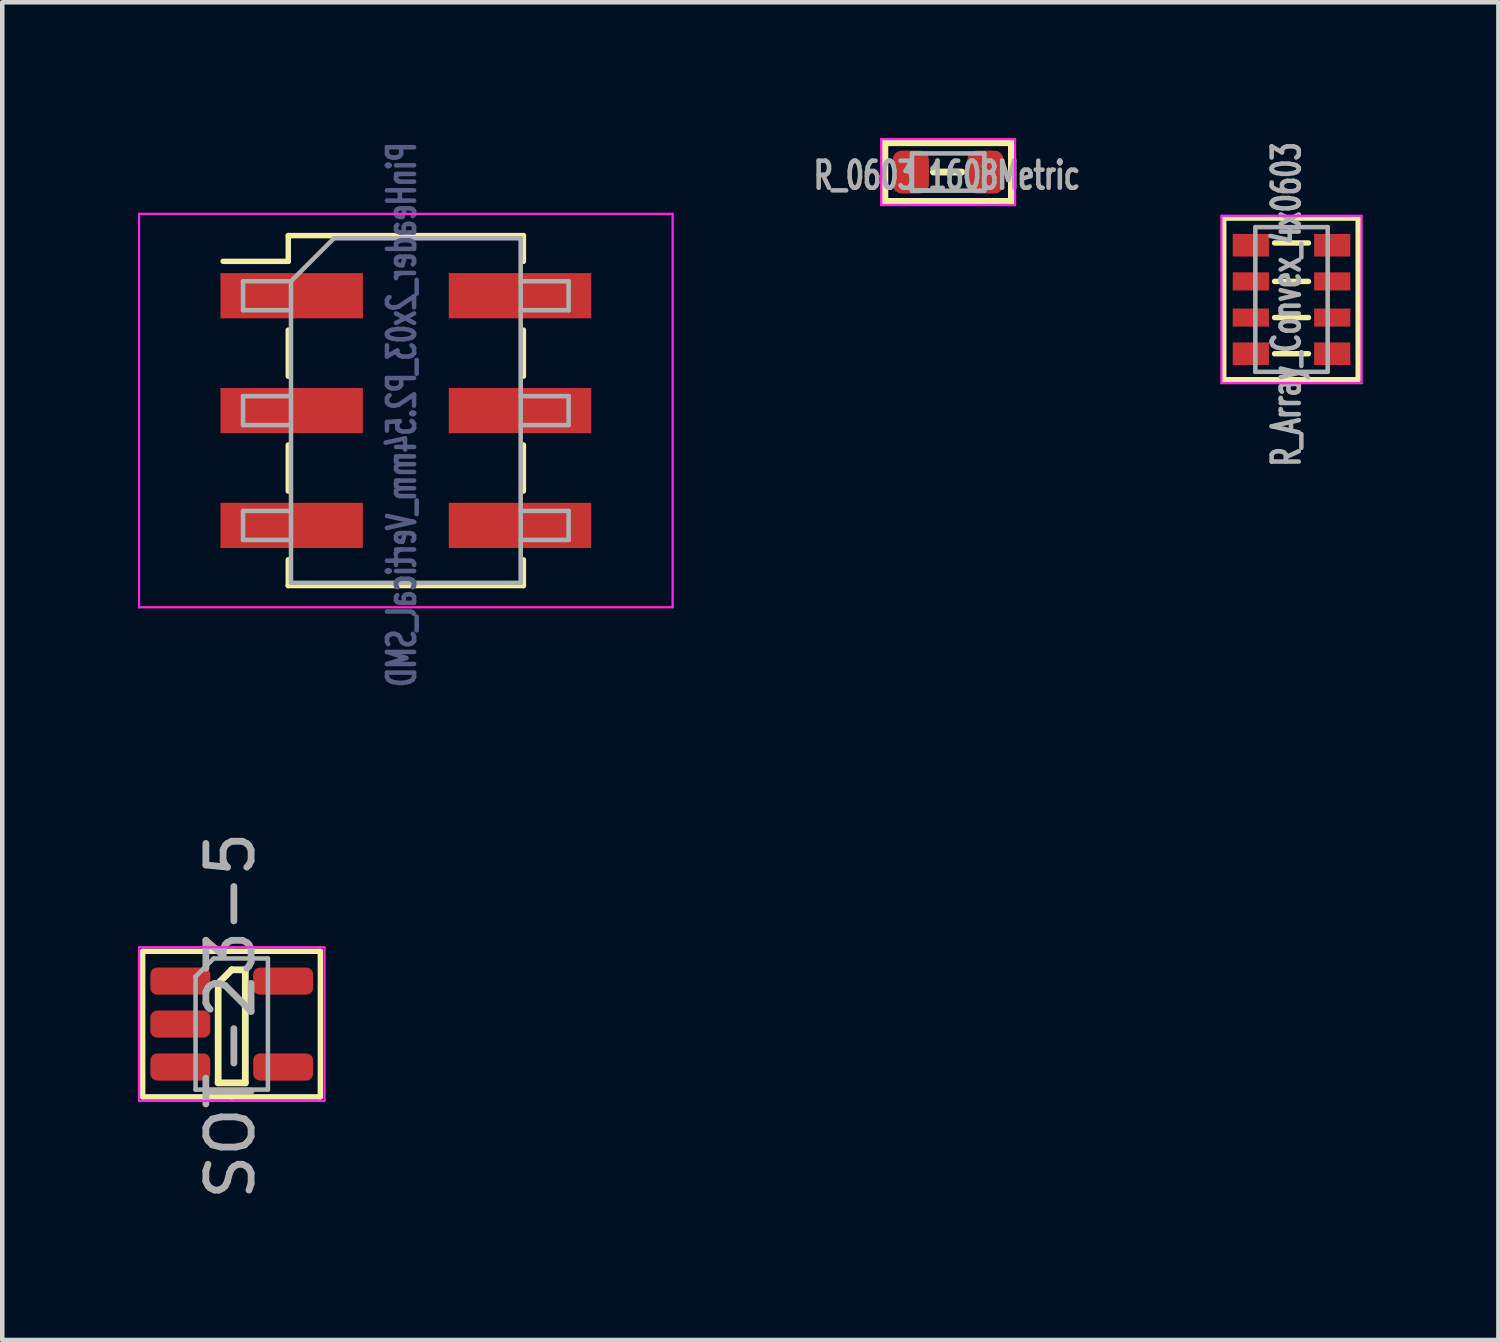
<source format=kicad_pcb>
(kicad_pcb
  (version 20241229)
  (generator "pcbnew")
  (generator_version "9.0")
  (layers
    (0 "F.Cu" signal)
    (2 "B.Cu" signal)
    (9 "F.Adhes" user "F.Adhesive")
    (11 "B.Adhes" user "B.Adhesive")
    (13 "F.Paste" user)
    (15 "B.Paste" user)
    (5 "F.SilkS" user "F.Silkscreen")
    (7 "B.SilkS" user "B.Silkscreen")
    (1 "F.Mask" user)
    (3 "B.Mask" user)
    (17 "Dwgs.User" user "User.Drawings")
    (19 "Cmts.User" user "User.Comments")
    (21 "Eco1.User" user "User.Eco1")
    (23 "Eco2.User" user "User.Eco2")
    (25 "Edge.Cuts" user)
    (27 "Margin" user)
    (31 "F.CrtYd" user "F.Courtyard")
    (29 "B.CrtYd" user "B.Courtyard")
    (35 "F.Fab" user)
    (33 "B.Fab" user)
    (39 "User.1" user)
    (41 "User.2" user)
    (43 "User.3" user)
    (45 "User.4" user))
  (footprint "R_Array_Convex_4x0603"
    (layer "F.Cu")
    (at 25.512 3.573)
    (property "Reference" "R_Array_Convex_4x0603" (at -0.112 0.108 270) (layer "F.Fab") (effects (font (size 0.6 0.4) (thickness 0.1) (bold yes))))
    (attr smd)
    (fp_line (start 0.375 -1.25) (end -0.375 -1.25) (stroke (width 0.12) (type solid)) (layer "F.SilkS"))
    (fp_line (start 0.375 -0.4) (end -0.375 -0.4) (stroke (width 0.12) (type solid)) (layer "F.SilkS"))
    (fp_line (start 0.375 0.4) (end -0.375 0.4) (stroke (width 0.12) (type solid)) (layer "F.SilkS"))
    (fp_line (start 0.375 1.2) (end -0.375 1.2) (stroke (width 0.12) (type solid)) (layer "F.SilkS"))
    (fp_rect (start -1.5 -1.8) (end 1.475 1.775) (stroke (width 0.12) (type default)) (fill no) (layer "F.SilkS"))
    (fp_line (start -1.55 -1.85) (end -1.55 1.85) (stroke (width 0.05) (type solid)) (layer "F.CrtYd"))
    (fp_line (start -1.55 -1.85) (end 1.55 -1.85) (stroke (width 0.05) (type solid)) (layer "F.CrtYd"))
    (fp_line (start 1.55 1.85) (end -1.55 1.85) (stroke (width 0.05) (type solid)) (layer "F.CrtYd"))
    (fp_line (start 1.55 1.85) (end 1.55 -1.85) (stroke (width 0.05) (type solid)) (layer "F.CrtYd"))
    (fp_line (start -0.8 -1.6) (end 0.8 -1.6) (stroke (width 0.1) (type solid)) (layer "F.Fab"))
    (fp_line (start -0.8 1.6) (end -0.8 -1.6) (stroke (width 0.1) (type solid)) (layer "F.Fab"))
    (fp_line (start 0.8 -1.6) (end 0.8 1.6) (stroke (width 0.1) (type solid)) (layer "F.Fab"))
    (fp_line (start 0.8 1.6) (end -0.8 1.6) (stroke (width 0.1) (type solid)) (layer "F.Fab"))
    (pad "1" smd rect (at -0.9 -1.2) (size 0.8 0.5) (layers "F.Cu" "F.Mask" "F.Paste"))
    (pad "2" smd rect (at -0.9 -0.4) (size 0.8 0.4) (layers "F.Cu" "F.Mask" "F.Paste"))
    (pad "3" smd rect (at -0.9 0.4) (size 0.8 0.4) (layers "F.Cu" "F.Mask" "F.Paste"))
    (pad "4" smd rect (at -0.9 1.2) (size 0.8 0.5) (layers "F.Cu" "F.Mask" "F.Paste"))
    (pad "5" smd rect (at 0.9 1.2) (size 0.8 0.5) (layers "F.Cu" "F.Mask" "F.Paste"))
    (pad "6" smd rect (at 0.9 0.4) (size 0.8 0.4) (layers "F.Cu" "F.Mask" "F.Paste"))
    (pad "7" smd rect (at 0.9 -0.4) (size 0.8 0.4) (layers "F.Cu" "F.Mask" "F.Paste"))
    (pad "8" smd rect (at 0.9 -1.2) (size 0.8 0.5) (layers "F.Cu" "F.Mask" "F.Paste")))
  (footprint "R_0603_1608Metric"
    (layer "F.Cu")
    (at 17.918 0.755)
    (property "Reference" "R_0603_1608Metric" (at -0.025 0.075 180) (layer "F.Fab") (effects (font (size 0.6 0.4) (thickness 0.1) (bold yes))))
    (attr smd)
    (fp_line (start -1.4 -0.65) (end 1.4 -0.65) (stroke (width 0.152) (type solid)) (layer "F.SilkS"))
    (fp_line (start -1.4 0.65) (end -1.4 -0.65) (stroke (width 0.152) (type solid)) (layer "F.SilkS"))
    (fp_line (start -1.4 0.65) (end 1.4 0.65) (stroke (width 0.152) (type solid)) (layer "F.SilkS"))
    (fp_line (start -0.325 0) (end 0.3 0) (stroke (width 0.152) (type solid)) (layer "F.SilkS"))
    (fp_line (start 1.4 0.65) (end 1.4 -0.65) (stroke (width 0.152) (type solid)) (layer "F.SilkS"))
    (fp_line (start -1.48 -0.73) (end 1.48 -0.73) (stroke (width 0.05) (type solid)) (layer "F.CrtYd"))
    (fp_line (start -1.48 0.73) (end -1.48 -0.73) (stroke (width 0.05) (type solid)) (layer "F.CrtYd"))
    (fp_line (start 1.48 -0.73) (end 1.48 0.73) (stroke (width 0.05) (type solid)) (layer "F.CrtYd"))
    (fp_line (start 1.48 0.73) (end -1.48 0.73) (stroke (width 0.05) (type solid)) (layer "F.CrtYd"))
    (fp_line (start -0.8 -0.412) (end 0.8 -0.412) (stroke (width 0.1) (type solid)) (layer "F.Fab"))
    (fp_line (start -0.8 0.412) (end -0.8 -0.412) (stroke (width 0.1) (type solid)) (layer "F.Fab"))
    (fp_line (start 0.8 -0.412) (end 0.8 0.412) (stroke (width 0.1) (type solid)) (layer "F.Fab"))
    (fp_line (start 0.8 0.412) (end -0.8 0.412) (stroke (width 0.1) (type solid)) (layer "F.Fab"))
    (pad "1" smd roundrect (at -0.825 0) (size 0.8 0.95) (layers "F.Cu" "F.Mask" "F.Paste") (roundrect_rratio 0.25))
    (pad "2" smd roundrect (at 0.825 0) (size 0.8 0.95) (layers "F.Cu" "F.Mask" "F.Paste") (roundrect_rratio 0.25)))
  (footprint "SOT-23-5"
    (layer "F.Cu")
    (at 2.075 19.597)
    (property "Reference" "SOT-23-5" (at -0.027 -0.185 270) (layer "F.Fab") (effects (font (size 1 1) (thickness 0.15))))
    (attr smd)
    (fp_line (start -1.97 1.61) (end -1.97 -1.61) (stroke (width 0.12) (type solid)) (layer "F.SilkS"))
    (fp_line (start -0.3 -0.9) (end -0.3 1.3) (stroke (width 0.15) (type default)) (layer "F.SilkS"))
    (fp_line (start -0.3 1.3) (end 0.3 1.3) (stroke (width 0.15) (type default)) (layer "F.SilkS"))
    (fp_line (start 0 -1.61) (end -1.97 -1.61) (stroke (width 0.12) (type solid)) (layer "F.SilkS"))
    (fp_line (start 0 -1.61) (end 1.96 -1.61) (stroke (width 0.12) (type solid)) (layer "F.SilkS"))
    (fp_line (start 0 -1.2) (end -0.3 -0.9) (stroke (width 0.15) (type default)) (layer "F.SilkS"))
    (fp_line (start 0 1.61) (end -1.97 1.61) (stroke (width 0.12) (type solid)) (layer "F.SilkS"))
    (fp_line (start 0 1.61) (end 1.96 1.61) (stroke (width 0.12) (type solid)) (layer "F.SilkS"))
    (fp_line (start 0.3 -1.2) (end 0 -1.2) (stroke (width 0.15) (type default)) (layer "F.SilkS"))
    (fp_line (start 0.3 1.3) (end 0.3 -1.2) (stroke (width 0.15) (type default)) (layer "F.SilkS"))
    (fp_line (start 1.96 1.61) (end 1.96 -1.61) (stroke (width 0.12) (type solid)) (layer "F.SilkS"))
    (fp_line (start -2.05 -1.7) (end -2.05 1.7) (stroke (width 0.05) (type solid)) (layer "F.CrtYd"))
    (fp_line (start -2.05 1.7) (end 2.05 1.7) (stroke (width 0.05) (type solid)) (layer "F.CrtYd"))
    (fp_line (start 2.05 -1.7) (end -2.05 -1.7) (stroke (width 0.05) (type solid)) (layer "F.CrtYd"))
    (fp_line (start 2.05 1.7) (end 2.05 -1.7) (stroke (width 0.05) (type solid)) (layer "F.CrtYd"))
    (fp_line (start -0.8 -1.05) (end -0.4 -1.45) (stroke (width 0.1) (type solid)) (layer "F.Fab"))
    (fp_line (start -0.8 1.45) (end -0.8 -1.05) (stroke (width 0.1) (type solid)) (layer "F.Fab"))
    (fp_line (start -0.4 -1.45) (end 0.8 -1.45) (stroke (width 0.1) (type solid)) (layer "F.Fab"))
    (fp_line (start 0.8 -1.45) (end 0.8 1.45) (stroke (width 0.1) (type solid)) (layer "F.Fab"))
    (fp_line (start 0.8 1.45) (end -0.8 1.45) (stroke (width 0.1) (type solid)) (layer "F.Fab"))
    (pad "1" smd roundrect (at -1.137 -0.95) (size 1.325 0.6) (layers "F.Cu" "F.Mask" "F.Paste") (roundrect_rratio 0.25))
    (pad "2" smd roundrect (at -1.137 0) (size 1.325 0.6) (layers "F.Cu" "F.Mask" "F.Paste") (roundrect_rratio 0.25))
    (pad "3" smd roundrect (at -1.137 0.95) (size 1.325 0.6) (layers "F.Cu" "F.Mask" "F.Paste") (roundrect_rratio 0.25))
    (pad "4" smd roundrect (at 1.137 0.95) (size 1.325 0.6) (layers "F.Cu" "F.Mask" "F.Paste") (roundrect_rratio 0.25))
    (pad "5" smd roundrect (at 1.137 -0.95) (size 1.325 0.6) (layers "F.Cu" "F.Mask" "F.Paste") (roundrect_rratio 0.25)))
  (footprint "PinHeader_2x03_P2.54mm_Vertical_SMD"
    (layer "F.Cu")
    (at 5.925 6.03)
    (property "Reference" "PinHeader_2x03_P2.54mm_Vertical_SMD" (at -0.09 0.09 270) (layer "B.Fab") (effects (font (size 0.6 0.4) (thickness 0.1)) (justify mirror)))
    (attr smd)
    (fp_line (start -4.04 -3.3) (end -2.6 -3.3) (stroke (width 0.12) (type solid)) (layer "F.SilkS"))
    (fp_line (start -2.6 -3.87) (end -2.6 -3.3) (stroke (width 0.12) (type solid)) (layer "F.SilkS"))
    (fp_line (start -2.6 -3.87) (end 2.6 -3.87) (stroke (width 0.12) (type solid)) (layer "F.SilkS"))
    (fp_line (start -2.6 -1.78) (end -2.6 -0.76) (stroke (width 0.12) (type solid)) (layer "F.SilkS"))
    (fp_line (start -2.6 0.76) (end -2.6 1.78) (stroke (width 0.12) (type solid)) (layer "F.SilkS"))
    (fp_line (start -2.6 3.3) (end -2.6 3.87) (stroke (width 0.12) (type solid)) (layer "F.SilkS"))
    (fp_line (start -2.6 3.87) (end 2.6 3.87) (stroke (width 0.12) (type solid)) (layer "F.SilkS"))
    (fp_line (start 2.6 -3.87) (end 2.6 -3.3) (stroke (width 0.12) (type solid)) (layer "F.SilkS"))
    (fp_line (start 2.6 -1.78) (end 2.6 -0.76) (stroke (width 0.12) (type solid)) (layer "F.SilkS"))
    (fp_line (start 2.6 0.76) (end 2.6 1.78) (stroke (width 0.12) (type solid)) (layer "F.SilkS"))
    (fp_line (start 2.6 3.3) (end 2.6 3.87) (stroke (width 0.12) (type solid)) (layer "F.SilkS"))
    (fp_line (start -5.9 -4.35) (end -5.9 4.35) (stroke (width 0.05) (type solid)) (layer "F.CrtYd"))
    (fp_line (start -5.9 4.35) (end 5.9 4.35) (stroke (width 0.05) (type solid)) (layer "F.CrtYd"))
    (fp_line (start 5.9 -4.35) (end -5.9 -4.35) (stroke (width 0.05) (type solid)) (layer "F.CrtYd"))
    (fp_line (start 5.9 4.35) (end 5.9 -4.35) (stroke (width 0.05) (type solid)) (layer "F.CrtYd"))
    (fp_line (start -3.6 -2.86) (end -3.6 -2.22) (stroke (width 0.1) (type solid)) (layer "F.Fab"))
    (fp_line (start -3.6 -2.22) (end -2.54 -2.22) (stroke (width 0.1) (type solid)) (layer "F.Fab"))
    (fp_line (start -3.6 -0.32) (end -3.6 0.32) (stroke (width 0.1) (type solid)) (layer "F.Fab"))
    (fp_line (start -3.6 0.32) (end -2.54 0.32) (stroke (width 0.1) (type solid)) (layer "F.Fab"))
    (fp_line (start -3.6 2.22) (end -3.6 2.86) (stroke (width 0.1) (type solid)) (layer "F.Fab"))
    (fp_line (start -3.6 2.86) (end -2.54 2.86) (stroke (width 0.1) (type solid)) (layer "F.Fab"))
    (fp_line (start -2.54 -2.86) (end -3.6 -2.86) (stroke (width 0.1) (type solid)) (layer "F.Fab"))
    (fp_line (start -2.54 -2.86) (end -1.59 -3.81) (stroke (width 0.1) (type solid)) (layer "F.Fab"))
    (fp_line (start -2.54 -0.32) (end -3.6 -0.32) (stroke (width 0.1) (type solid)) (layer "F.Fab"))
    (fp_line (start -2.54 2.22) (end -3.6 2.22) (stroke (width 0.1) (type solid)) (layer "F.Fab"))
    (fp_line (start -2.54 3.81) (end -2.54 -2.86) (stroke (width 0.1) (type solid)) (layer "F.Fab"))
    (fp_line (start -1.59 -3.81) (end 2.54 -3.81) (stroke (width 0.1) (type solid)) (layer "F.Fab"))
    (fp_line (start 2.54 -3.81) (end 2.54 3.81) (stroke (width 0.1) (type solid)) (layer "F.Fab"))
    (fp_line (start 2.54 -2.86) (end 3.6 -2.86) (stroke (width 0.1) (type solid)) (layer "F.Fab"))
    (fp_line (start 2.54 -0.32) (end 3.6 -0.32) (stroke (width 0.1) (type solid)) (layer "F.Fab"))
    (fp_line (start 2.54 2.22) (end 3.6 2.22) (stroke (width 0.1) (type solid)) (layer "F.Fab"))
    (fp_line (start 2.54 3.81) (end -2.54 3.81) (stroke (width 0.1) (type solid)) (layer "F.Fab"))
    (fp_line (start 3.6 -2.86) (end 3.6 -2.22) (stroke (width 0.1) (type solid)) (layer "F.Fab"))
    (fp_line (start 3.6 -2.22) (end 2.54 -2.22) (stroke (width 0.1) (type solid)) (layer "F.Fab"))
    (fp_line (start 3.6 -0.32) (end 3.6 0.32) (stroke (width 0.1) (type solid)) (layer "F.Fab"))
    (fp_line (start 3.6 0.32) (end 2.54 0.32) (stroke (width 0.1) (type solid)) (layer "F.Fab"))
    (fp_line (start 3.6 2.22) (end 3.6 2.86) (stroke (width 0.1) (type solid)) (layer "F.Fab"))
    (fp_line (start 3.6 2.86) (end 2.54 2.86) (stroke (width 0.1) (type solid)) (layer "F.Fab"))
    (pad "1" smd rect (at -2.525 -2.54 180) (size 3.15 1) (layers "F.Cu" "F.Mask" "F.Paste"))
    (pad "2" smd rect (at 2.525 -2.54 180) (size 3.15 1) (layers "F.Cu" "F.Mask" "F.Paste"))
    (pad "3" smd rect (at -2.525 0 180) (size 3.15 1) (layers "F.Cu" "F.Mask" "F.Paste"))
    (pad "4" smd rect (at 2.525 0 180) (size 3.15 1) (layers "F.Cu" "F.Mask" "F.Paste"))
    (pad "5" smd rect (at -2.525 2.54 180) (size 3.15 1) (layers "F.Cu" "F.Mask" "F.Paste"))
    (pad "6" smd rect (at 2.525 2.54 180) (size 3.15 1) (layers "F.Cu" "F.Mask" "F.Paste")))
  (gr_rect
    (start -3 -3)
    (end 30.087 26.584)
    (stroke (width 0.1) (type default))
    (fill no)
    (layer "Edge.Cuts")))
</source>
